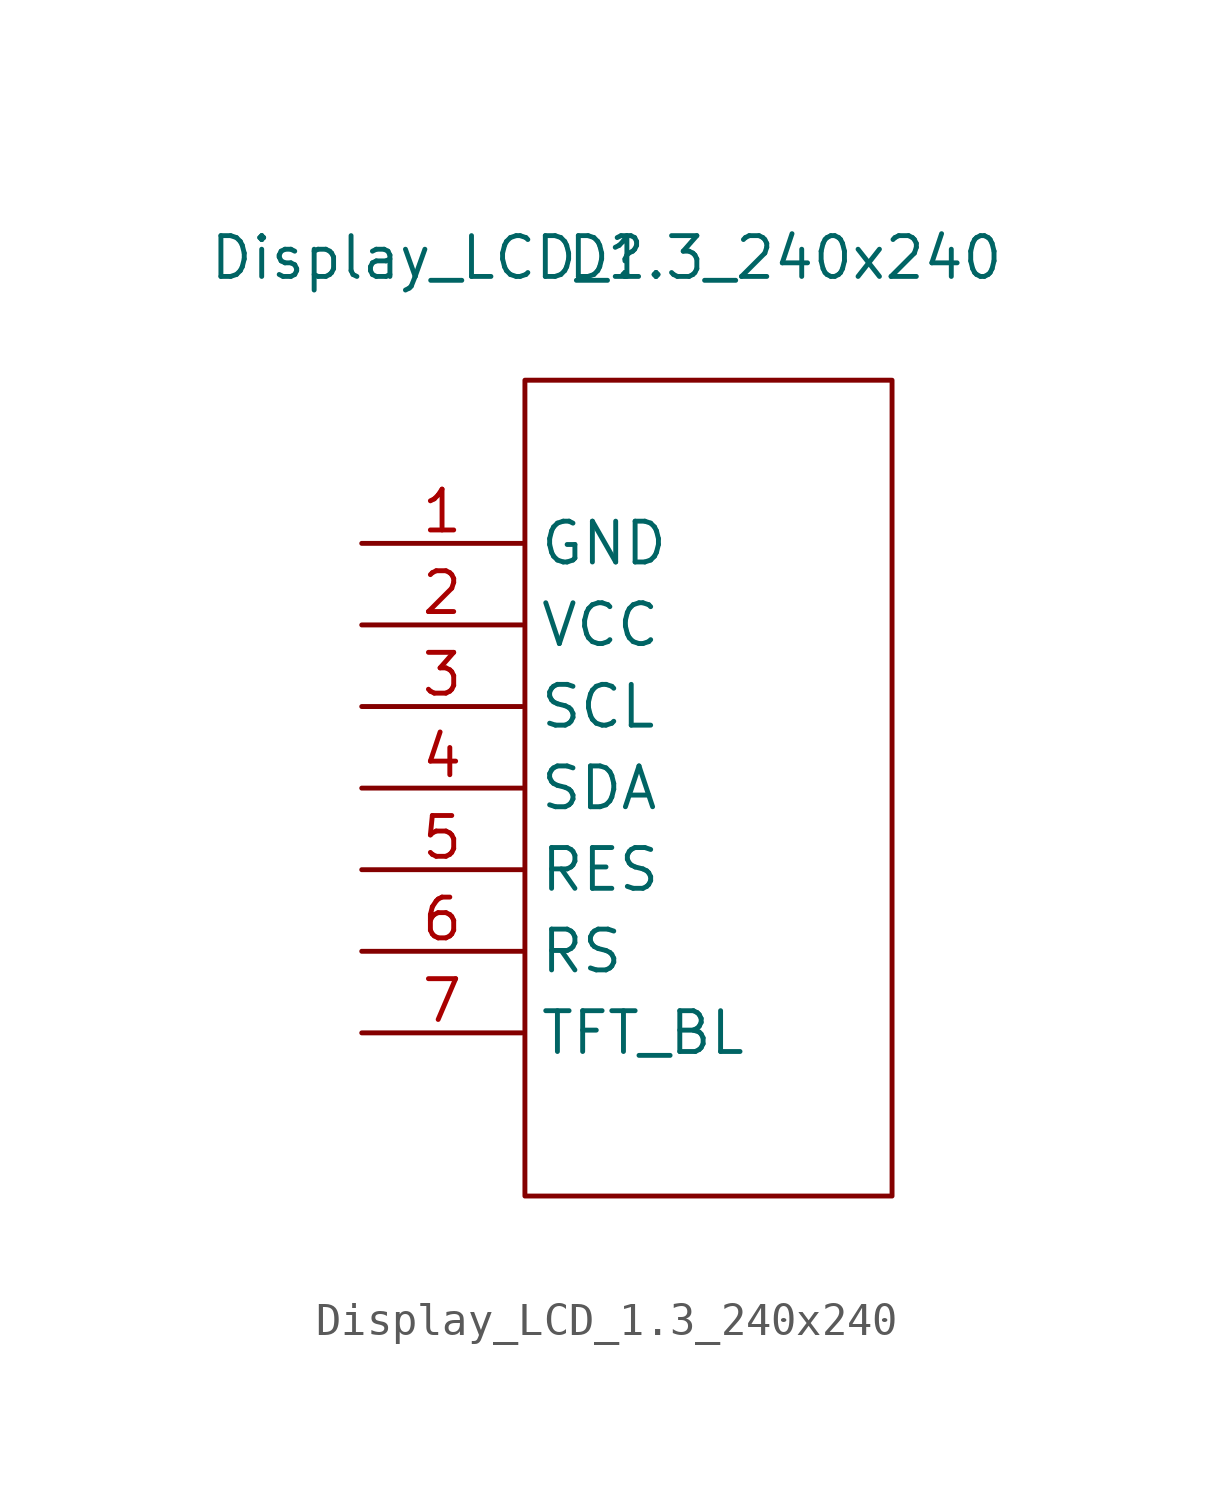
<source format=kicad_sym>
(kicad_symbol_lib
  (version 20211014)
  (generator kicad_symbol_editor)
  (symbol "Display_LCD_1.3_240x240"
    (property "Reference" "D"
      (at -1.27 2.54 0)
      (effects (font (size 1.27 1.27))))
    (property "Value" "Display_LCD_1.3_240x240"
      (at -1.27 2.54 0)
      (effects (font (size 1.27 1.27))))
    (symbol "Display_LCD_1.3_240x240_0_1"
      (polyline (pts (xy -3.81 -1.27) (xy -3.81 -26.67) (xy 7.62 -26.67) (xy 7.62 -1.27) (xy -3.81 -1.27) (xy -3.81 -2.54)) (stroke (width 0) (type default) (color 0 0 0 0)) (fill (type none))))
    (symbol "Display_LCD_1.3_240x240_1_1"
      (pin input line (at -8.89 -6.35 0) (length 5) (name "GND" (effects (font (size 1.27 1.27)))) (number "1" (effects (font (size 1.27 1.27)))))
      (pin input line (at -8.89 -8.89 0) (length 5) (name "VCC" (effects (font (size 1.27 1.27)))) (number "2" (effects (font (size 1.27 1.27)))))
      (pin input line (at -8.89 -11.43 0) (length 5) (name "SCL" (effects (font (size 1.27 1.27)))) (number "3" (effects (font (size 1.27 1.27)))))
      (pin input line (at -8.89 -13.97 0) (length 5) (name "SDA" (effects (font (size 1.27 1.27)))) (number "4" (effects (font (size 1.27 1.27)))))
      (pin input line (at -8.89 -16.51 0) (length 5) (name "RES" (effects (font (size 1.27 1.27)))) (number "5" (effects (font (size 1.27 1.27)))))
      (pin input line (at -8.89 -19.05 0) (length 5) (name "RS" (effects (font (size 1.27 1.27)))) (number "6" (effects (font (size 1.27 1.27)))))
      (pin input line (at -8.89 -21.59 0) (length 5) (name "TFT_BL" (effects (font (size 1.27 1.27)))) (number "7" (effects (font (size 1.27 1.27))))))))
</source>
